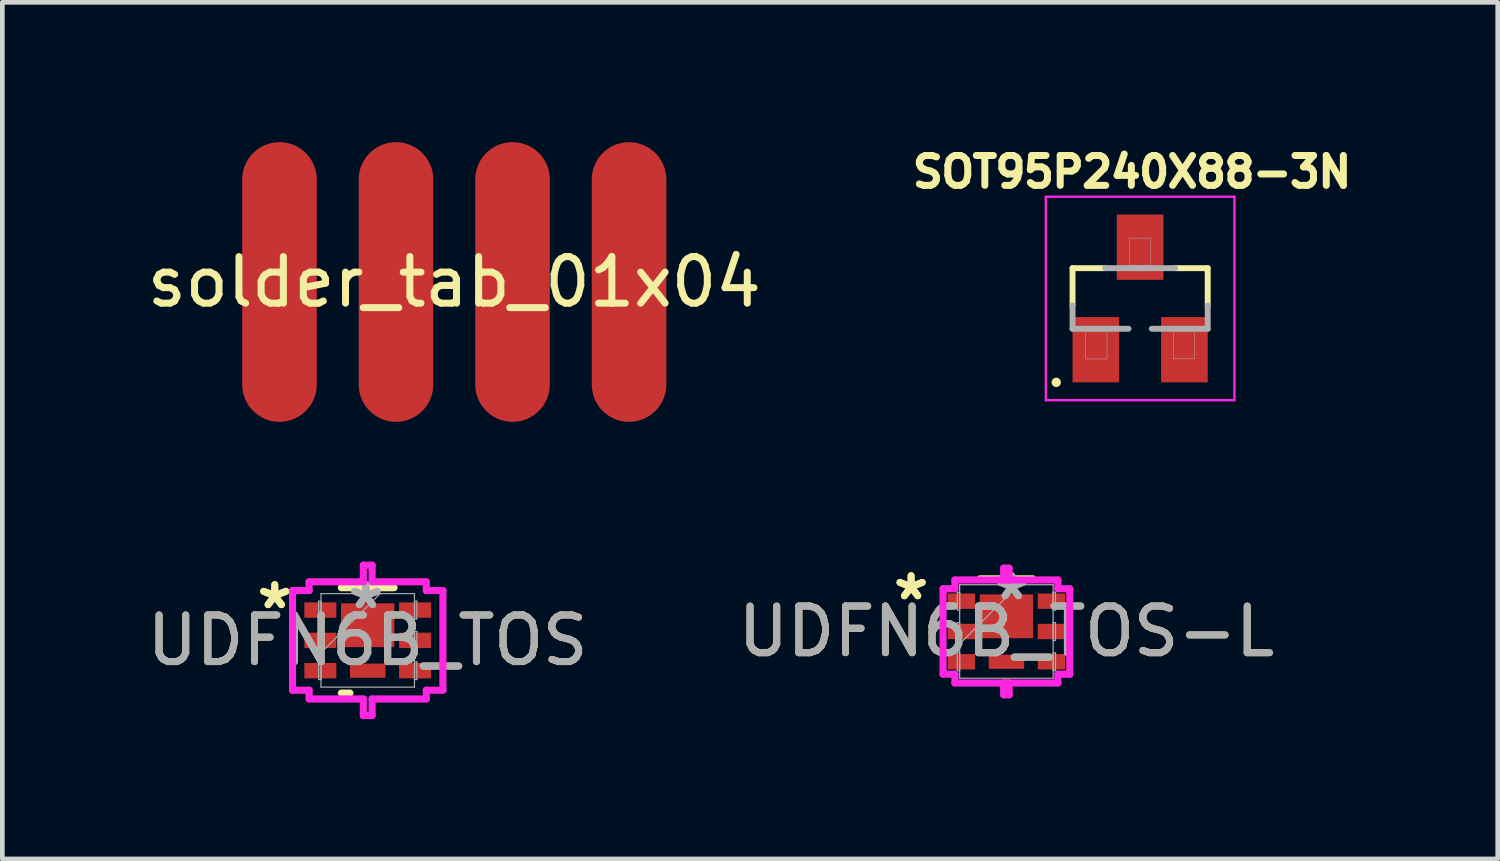
<source format=kicad_pcb>
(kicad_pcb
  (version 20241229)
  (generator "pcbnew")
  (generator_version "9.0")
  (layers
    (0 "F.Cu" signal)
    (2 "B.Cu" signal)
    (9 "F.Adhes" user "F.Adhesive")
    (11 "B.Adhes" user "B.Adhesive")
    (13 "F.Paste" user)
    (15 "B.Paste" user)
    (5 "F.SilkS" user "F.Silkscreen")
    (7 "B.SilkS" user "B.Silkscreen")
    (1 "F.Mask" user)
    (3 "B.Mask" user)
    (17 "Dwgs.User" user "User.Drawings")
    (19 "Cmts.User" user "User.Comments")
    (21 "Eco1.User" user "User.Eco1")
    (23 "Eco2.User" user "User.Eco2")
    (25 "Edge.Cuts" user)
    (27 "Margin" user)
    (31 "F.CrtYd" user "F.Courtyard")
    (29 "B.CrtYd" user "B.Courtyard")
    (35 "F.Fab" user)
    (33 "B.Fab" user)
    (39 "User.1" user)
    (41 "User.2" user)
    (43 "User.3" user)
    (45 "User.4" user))
  (footprint "SOT95P240X88-3N"
    (layer "F.Cu")
    (at 21.411 3.353)
    (property "Reference" "SOT95P240X88-3N" (at -0.173 -2.715 0) (layer "F.SilkS") (effects (font (size 0.641 0.641) (thickness 0.15))))
    (attr smd)
    (fp_line (start -1.45 -0.65) (end -1.45 0.15) (stroke (width 0.127) (type solid)) (layer "F.SilkS"))
    (fp_line (start -1.45 -0.65) (end -0.75 -0.65) (stroke (width 0.127) (type solid)) (layer "F.SilkS"))
    (fp_line (start 1.45 -0.65) (end 0.75 -0.65) (stroke (width 0.127) (type solid)) (layer "F.SilkS"))
    (fp_line (start 1.45 -0.65) (end 1.45 0.15) (stroke (width 0.127) (type solid)) (layer "F.SilkS"))
    (fp_circle (center -1.8 1.8) (end -1.7 1.8) (stroke (width 0) (type solid)) (fill yes) (layer "F.SilkS"))
    (fp_line (start -2.023 -2.183) (end 2.023 -2.183) (stroke (width 0.051) (type solid)) (layer "F.CrtYd"))
    (fp_line (start -2.023 2.183) (end -2.023 -2.183) (stroke (width 0.051) (type solid)) (layer "F.CrtYd"))
    (fp_line (start 2.023 -2.183) (end 2.023 2.183) (stroke (width 0.051) (type solid)) (layer "F.CrtYd"))
    (fp_line (start 2.023 2.183) (end -2.023 2.183) (stroke (width 0.051) (type solid)) (layer "F.CrtYd"))
    (fp_line (start -1.45 0.15) (end -1.45 0.65) (stroke (width 0.127) (type solid)) (layer "F.Fab"))
    (fp_line (start -1.45 0.65) (end -0.25 0.65) (stroke (width 0.127) (type solid)) (layer "F.Fab"))
    (fp_line (start -0.75 -0.65) (end 0.75 -0.65) (stroke (width 0.127) (type solid)) (layer "F.Fab"))
    (fp_line (start 0.25 0.65) (end 1.45 0.65) (stroke (width 0.127) (type solid)) (layer "F.Fab"))
    (fp_line (start 1.45 0.65) (end 1.45 0.15) (stroke (width 0.127) (type solid)) (layer "F.Fab"))
    (fp_poly (pts (xy -1.17 0.711) (xy -0.711 0.711) (xy -0.711 1.298) (xy -1.17 1.298)) (stroke (width 0.01) (type solid)) (fill no) (layer "F.Fab"))
    (fp_poly (pts (xy -0.229 -1.295) (xy 0.229 -1.295) (xy 0.229 -0.712) (xy -0.229 -0.712)) (stroke (width 0.01) (type solid)) (fill no) (layer "F.Fab"))
    (fp_poly (pts (xy 0.711 0.711) (xy 1.168 0.711) (xy 1.168 1.296) (xy 0.711 1.296)) (stroke (width 0.01) (type solid)) (fill no) (layer "F.Fab"))
    (pad "1" smd rect (at -0.95 1.1) (size 1 1.4) (layers "F.Cu" "F.Mask" "F.Paste"))
    (pad "2" smd rect (at 0.95 1.1) (size 1 1.4) (layers "F.Cu" "F.Mask" "F.Paste"))
    (pad "3" smd rect (at 0 -1.1) (size 1 1.4) (layers "F.Cu" "F.Mask" "F.Paste")))
  (footprint "solder_tab_01x04"
    (layer "F.Cu")
    (at 6.696 3)
    (property "Reference" "solder_tab_01x04" (at 0 0 0) (layer "F.SilkS") (effects (font (size 1 1) (thickness 0.15))))
    (attr through_hole)
    (pad "1" connect oval (at 3.75 0) (size 1.6 6) (layers "F.Cu" "F.Mask"))
    (pad "2" connect oval (at 1.25 0) (size 1.6 6) (layers "F.Cu" "F.Mask"))
    (pad "3" connect oval (at -1.25 0) (size 1.6 6) (layers "F.Cu" "F.Mask"))
    (pad "4" connect oval (at -3.75 0) (size 1.6 6) (layers "F.Cu" "F.Mask")))
  (footprint "UDFN6B_TOS"
    (layer "F.Cu")
    (at 4.839 10.689)
    (property "Reference" "UDFN6B_TOS" (at 0 0 0) (unlocked yes) (layer "F.SilkS") (effects (font (size 1 1) (thickness 0.15))))
    (attr smd)
    (fp_poly (pts (xy -0.572 -0.795) (xy 0.572 -0.795) (xy 0.572 0.145) (xy -0.572 0.145)) (stroke (width 0) (type solid)) (fill yes) (layer "F.Cu"))
    (fp_poly (pts (xy -0.381 0.498) (xy 0.381 0.498) (xy 0.381 0.802) (xy -0.381 0.802)) (stroke (width 0) (type solid)) (fill yes) (layer "F.Cu"))
    (fp_poly (pts (xy -0.572 -0.795) (xy 0.572 -0.795) (xy 0.572 0.145) (xy -0.572 0.145)) (stroke (width 0) (type solid)) (fill yes) (layer "F.Mask"))
    (fp_poly (pts (xy -0.381 0.498) (xy 0.381 0.498) (xy 0.381 0.802) (xy -0.381 0.802)) (stroke (width 0) (type solid)) (fill yes) (layer "F.Mask"))
    (fp_line (start -0.566 1.13) (end -0.381 1.13) (stroke (width 0.152) (type solid)) (layer "F.SilkS"))
    (fp_line (start 0.566 -1.13) (end -0.566 -1.13) (stroke (width 0.152) (type solid)) (layer "F.SilkS"))
    (fp_poly (pts (xy -0.572 -0.795) (xy 0.572 -0.795) (xy 0.572 0.145) (xy -0.572 0.145)) (stroke (width 0) (type solid)) (fill yes) (layer "F.Paste"))
    (fp_poly (pts (xy -0.381 0.498) (xy 0.381 0.498) (xy 0.381 0.802) (xy -0.381 0.802)) (stroke (width 0) (type solid)) (fill yes) (layer "F.Paste"))
    (fp_line (start -1.613 -1.069) (end -1.257 -1.069) (stroke (width 0.152) (type solid)) (layer "F.CrtYd"))
    (fp_line (start -1.613 1.069) (end -1.613 -1.069) (stroke (width 0.152) (type solid)) (layer "F.CrtYd"))
    (fp_line (start -1.257 -1.257) (end -0.094 -1.257) (stroke (width 0.152) (type solid)) (layer "F.CrtYd"))
    (fp_line (start -1.257 -1.069) (end -1.257 -1.257) (stroke (width 0.152) (type solid)) (layer "F.CrtYd"))
    (fp_line (start -1.257 1.069) (end -1.613 1.069) (stroke (width 0.152) (type solid)) (layer "F.CrtYd"))
    (fp_line (start -1.257 1.257) (end -1.257 1.069) (stroke (width 0.152) (type solid)) (layer "F.CrtYd"))
    (fp_line (start -0.094 -1.613) (end 0.094 -1.613) (stroke (width 0.152) (type solid)) (layer "F.CrtYd"))
    (fp_line (start -0.094 -1.257) (end -0.094 -1.613) (stroke (width 0.152) (type solid)) (layer "F.CrtYd"))
    (fp_line (start -0.094 1.257) (end -1.257 1.257) (stroke (width 0.152) (type solid)) (layer "F.CrtYd"))
    (fp_line (start -0.094 1.613) (end -0.094 1.257) (stroke (width 0.152) (type solid)) (layer "F.CrtYd"))
    (fp_line (start 0.094 -1.613) (end 0.094 -1.257) (stroke (width 0.152) (type solid)) (layer "F.CrtYd"))
    (fp_line (start 0.094 -1.257) (end 1.257 -1.257) (stroke (width 0.152) (type solid)) (layer "F.CrtYd"))
    (fp_line (start 0.094 1.257) (end 0.094 1.613) (stroke (width 0.152) (type solid)) (layer "F.CrtYd"))
    (fp_line (start 0.094 1.613) (end -0.094 1.613) (stroke (width 0.152) (type solid)) (layer "F.CrtYd"))
    (fp_line (start 1.257 -1.257) (end 1.257 -1.069) (stroke (width 0.152) (type solid)) (layer "F.CrtYd"))
    (fp_line (start 1.257 -1.069) (end 1.613 -1.069) (stroke (width 0.152) (type solid)) (layer "F.CrtYd"))
    (fp_line (start 1.257 1.069) (end 1.257 1.257) (stroke (width 0.152) (type solid)) (layer "F.CrtYd"))
    (fp_line (start 1.257 1.257) (end 0.094 1.257) (stroke (width 0.152) (type solid)) (layer "F.CrtYd"))
    (fp_line (start 1.613 -1.069) (end 1.613 1.069) (stroke (width 0.152) (type solid)) (layer "F.CrtYd"))
    (fp_line (start 1.613 1.069) (end 1.257 1.069) (stroke (width 0.152) (type solid)) (layer "F.CrtYd"))
    (fp_line (start -1.054 -0.841) (end -1.054 -0.46) (stroke (width 0.025) (type solid)) (layer "F.Fab"))
    (fp_line (start -1.054 -0.46) (end -1.003 -0.46) (stroke (width 0.025) (type solid)) (layer "F.Fab"))
    (fp_line (start -1.054 -0.191) (end -1.054 0.191) (stroke (width 0.025) (type solid)) (layer "F.Fab"))
    (fp_line (start -1.054 0.191) (end -1.003 0.191) (stroke (width 0.025) (type solid)) (layer "F.Fab"))
    (fp_line (start -1.054 0.46) (end -1.054 0.841) (stroke (width 0.025) (type solid)) (layer "F.Fab"))
    (fp_line (start -1.054 0.841) (end -1.003 0.841) (stroke (width 0.025) (type solid)) (layer "F.Fab"))
    (fp_line (start -1.003 -1.003) (end -1.003 1.003) (stroke (width 0.025) (type solid)) (layer "F.Fab"))
    (fp_line (start -1.003 -0.841) (end -1.054 -0.841) (stroke (width 0.025) (type solid)) (layer "F.Fab"))
    (fp_line (start -1.003 -0.46) (end -1.003 -0.841) (stroke (width 0.025) (type solid)) (layer "F.Fab"))
    (fp_line (start -1.003 -0.191) (end -1.054 -0.191) (stroke (width 0.025) (type solid)) (layer "F.Fab"))
    (fp_line (start -1.003 0.191) (end -1.003 -0.191) (stroke (width 0.025) (type solid)) (layer "F.Fab"))
    (fp_line (start -1.003 0.267) (end 0.267 -1.003) (stroke (width 0.025) (type solid)) (layer "F.Fab"))
    (fp_line (start -1.003 0.46) (end -1.054 0.46) (stroke (width 0.025) (type solid)) (layer "F.Fab"))
    (fp_line (start -1.003 0.841) (end -1.003 0.46) (stroke (width 0.025) (type solid)) (layer "F.Fab"))
    (fp_line (start -1.003 1.003) (end 1.003 1.003) (stroke (width 0.025) (type solid)) (layer "F.Fab"))
    (fp_line (start 1.003 -1.003) (end -1.003 -1.003) (stroke (width 0.025) (type solid)) (layer "F.Fab"))
    (fp_line (start 1.003 -0.841) (end 1.003 -0.46) (stroke (width 0.025) (type solid)) (layer "F.Fab"))
    (fp_line (start 1.003 -0.46) (end 1.054 -0.46) (stroke (width 0.025) (type solid)) (layer "F.Fab"))
    (fp_line (start 1.003 -0.191) (end 1.003 0.191) (stroke (width 0.025) (type solid)) (layer "F.Fab"))
    (fp_line (start 1.003 0.191) (end 1.054 0.191) (stroke (width 0.025) (type solid)) (layer "F.Fab"))
    (fp_line (start 1.003 0.46) (end 1.003 0.841) (stroke (width 0.025) (type solid)) (layer "F.Fab"))
    (fp_line (start 1.003 0.841) (end 1.054 0.841) (stroke (width 0.025) (type solid)) (layer "F.Fab"))
    (fp_line (start 1.003 1.003) (end 1.003 -1.003) (stroke (width 0.025) (type solid)) (layer "F.Fab"))
    (fp_line (start 1.054 -0.841) (end 1.003 -0.841) (stroke (width 0.025) (type solid)) (layer "F.Fab"))
    (fp_line (start 1.054 -0.46) (end 1.054 -0.841) (stroke (width 0.025) (type solid)) (layer "F.Fab"))
    (fp_line (start 1.054 -0.191) (end 1.003 -0.191) (stroke (width 0.025) (type solid)) (layer "F.Fab"))
    (fp_line (start 1.054 0.191) (end 1.054 -0.191) (stroke (width 0.025) (type solid)) (layer "F.Fab"))
    (fp_line (start 1.054 0.46) (end 1.003 0.46) (stroke (width 0.025) (type solid)) (layer "F.Fab"))
    (fp_line (start 1.054 0.841) (end 1.054 0.46) (stroke (width 0.025) (type solid)) (layer "F.Fab"))
    (fp_text user "*" (at -1.994 -0.65 0) (layer "F.SilkS") (effects (font (size 1 1) (thickness 0.15))))
    (fp_text user "*" (at -1.994 -0.65 0) (unlocked yes) (layer "F.SilkS") (effects (font (size 1 1) (thickness 0.15))))
    (fp_text user "*" (at -0.038 -0.65 0) (unlocked yes) (layer "F.Fab") (effects (font (size 1 1) (thickness 0.15))))
    (fp_text user "*" (at -0.038 -0.65 0) (layer "F.Fab") (effects (font (size 1 1) (thickness 0.15))))
    (fp_text user "${REFERENCE}" (at 0 0 0) (unlocked yes) (layer "F.Fab") (effects (font (size 1 1) (thickness 0.15))))
    (pad "1" smd rect (at -1.016 -0.65 90) (size 0.33 0.686) (layers "F.Cu" "F.Mask" "F.Paste"))
    (pad "2" smd rect (at -1.016 0 90) (size 0.33 0.686) (layers "F.Cu" "F.Mask" "F.Paste"))
    (pad "3" smd rect (at -1.016 0.65 90) (size 0.33 0.686) (layers "F.Cu" "F.Mask" "F.Paste"))
    (pad "4" smd rect (at 1.016 0.65 90) (size 0.33 0.686) (layers "F.Cu" "F.Mask" "F.Paste"))
    (pad "5" smd rect (at 1.016 0 90) (size 0.33 0.686) (layers "F.Cu" "F.Mask" "F.Paste"))
    (pad "6" smd rect (at 1.016 -0.65 90) (size 0.33 0.686) (layers "F.Cu" "F.Mask" "F.Paste")))
  (footprint "UDFN6B_TOS-L"
    (layer "F.Cu")
    (at 18.542 10.498)
    (property "Reference" "UDFN6B_TOS-L" (at 0 0 0) (unlocked yes) (layer "F.SilkS") (effects (font (size 1 1) (thickness 0.15))))
    (attr smd)
    (fp_poly (pts (xy -0.572 -0.795) (xy 0.572 -0.795) (xy 0.572 0.145) (xy -0.572 0.145)) (stroke (width 0) (type solid)) (fill yes) (layer "F.Cu"))
    (fp_poly (pts (xy -0.381 0.498) (xy 0.381 0.498) (xy 0.381 0.802) (xy -0.381 0.802)) (stroke (width 0) (type solid)) (fill yes) (layer "F.Cu"))
    (fp_poly (pts (xy -0.572 -0.795) (xy 0.572 -0.795) (xy 0.572 0.145) (xy -0.572 0.145)) (stroke (width 0) (type solid)) (fill yes) (layer "F.Mask"))
    (fp_poly (pts (xy -0.381 0.498) (xy 0.381 0.498) (xy 0.381 0.802) (xy -0.381 0.802)) (stroke (width 0) (type solid)) (fill yes) (layer "F.Mask"))
    (fp_line (start 0.566 -1.13) (end -0.566 -1.13) (stroke (width 0.152) (type solid)) (layer "F.SilkS"))
    (fp_poly (pts (xy -0.572 -0.795) (xy 0.572 -0.795) (xy 0.572 0.145) (xy -0.572 0.145)) (stroke (width 0) (type solid)) (fill yes) (layer "F.Paste"))
    (fp_poly (pts (xy -0.381 0.498) (xy 0.381 0.498) (xy 0.381 0.802) (xy -0.381 0.802)) (stroke (width 0) (type solid)) (fill yes) (layer "F.Paste"))
    (fp_line (start -1.359 -0.917) (end -1.105 -0.917) (stroke (width 0.152) (type solid)) (layer "F.CrtYd"))
    (fp_line (start -1.359 0.917) (end -1.359 -0.917) (stroke (width 0.152) (type solid)) (layer "F.CrtYd"))
    (fp_line (start -1.105 -1.105) (end 0.058 -1.105) (stroke (width 0.152) (type solid)) (layer "F.CrtYd"))
    (fp_line (start -1.105 -0.917) (end -1.105 -1.105) (stroke (width 0.152) (type solid)) (layer "F.CrtYd"))
    (fp_line (start -1.105 0.917) (end -1.359 0.917) (stroke (width 0.152) (type solid)) (layer "F.CrtYd"))
    (fp_line (start -1.105 1.105) (end -1.105 0.917) (stroke (width 0.152) (type solid)) (layer "F.CrtYd"))
    (fp_line (start -0.058 -1.359) (end -0.058 -1.105) (stroke (width 0.152) (type solid)) (layer "F.CrtYd"))
    (fp_line (start -0.058 -1.105) (end 1.105 -1.105) (stroke (width 0.152) (type solid)) (layer "F.CrtYd"))
    (fp_line (start -0.058 1.105) (end -0.058 1.359) (stroke (width 0.152) (type solid)) (layer "F.CrtYd"))
    (fp_line (start -0.058 1.359) (end 0.058 1.359) (stroke (width 0.152) (type solid)) (layer "F.CrtYd"))
    (fp_line (start 0.058 -1.359) (end -0.058 -1.359) (stroke (width 0.152) (type solid)) (layer "F.CrtYd"))
    (fp_line (start 0.058 -1.105) (end 0.058 -1.359) (stroke (width 0.152) (type solid)) (layer "F.CrtYd"))
    (fp_line (start 0.058 1.105) (end -1.105 1.105) (stroke (width 0.152) (type solid)) (layer "F.CrtYd"))
    (fp_line (start 0.058 1.359) (end 0.058 1.105) (stroke (width 0.152) (type solid)) (layer "F.CrtYd"))
    (fp_line (start 1.105 -1.105) (end 1.105 -0.917) (stroke (width 0.152) (type solid)) (layer "F.CrtYd"))
    (fp_line (start 1.105 -0.917) (end 1.359 -0.917) (stroke (width 0.152) (type solid)) (layer "F.CrtYd"))
    (fp_line (start 1.105 0.917) (end 1.105 1.105) (stroke (width 0.152) (type solid)) (layer "F.CrtYd"))
    (fp_line (start 1.105 1.105) (end -0.058 1.105) (stroke (width 0.152) (type solid)) (layer "F.CrtYd"))
    (fp_line (start 1.359 -0.917) (end 1.359 0.917) (stroke (width 0.152) (type solid)) (layer "F.CrtYd"))
    (fp_line (start 1.359 0.917) (end 1.105 0.917) (stroke (width 0.152) (type solid)) (layer "F.CrtYd"))
    (fp_line (start -1.054 -0.841) (end -1.054 -0.46) (stroke (width 0.025) (type solid)) (layer "F.Fab"))
    (fp_line (start -1.054 -0.46) (end -1.003 -0.46) (stroke (width 0.025) (type solid)) (layer "F.Fab"))
    (fp_line (start -1.054 -0.191) (end -1.054 0.191) (stroke (width 0.025) (type solid)) (layer "F.Fab"))
    (fp_line (start -1.054 0.191) (end -1.003 0.191) (stroke (width 0.025) (type solid)) (layer "F.Fab"))
    (fp_line (start -1.054 0.46) (end -1.054 0.841) (stroke (width 0.025) (type solid)) (layer "F.Fab"))
    (fp_line (start -1.054 0.841) (end -1.003 0.841) (stroke (width 0.025) (type solid)) (layer "F.Fab"))
    (fp_line (start -1.003 -1.003) (end -1.003 1.003) (stroke (width 0.025) (type solid)) (layer "F.Fab"))
    (fp_line (start -1.003 -0.841) (end -1.054 -0.841) (stroke (width 0.025) (type solid)) (layer "F.Fab"))
    (fp_line (start -1.003 -0.46) (end -1.003 -0.841) (stroke (width 0.025) (type solid)) (layer "F.Fab"))
    (fp_line (start -1.003 -0.191) (end -1.054 -0.191) (stroke (width 0.025) (type solid)) (layer "F.Fab"))
    (fp_line (start -1.003 0.191) (end -1.003 -0.191) (stroke (width 0.025) (type solid)) (layer "F.Fab"))
    (fp_line (start -1.003 0.267) (end 0.267 -1.003) (stroke (width 0.025) (type solid)) (layer "F.Fab"))
    (fp_line (start -1.003 0.46) (end -1.054 0.46) (stroke (width 0.025) (type solid)) (layer "F.Fab"))
    (fp_line (start -1.003 0.841) (end -1.003 0.46) (stroke (width 0.025) (type solid)) (layer "F.Fab"))
    (fp_line (start -1.003 1.003) (end 1.003 1.003) (stroke (width 0.025) (type solid)) (layer "F.Fab"))
    (fp_line (start 1.003 -1.003) (end -1.003 -1.003) (stroke (width 0.025) (type solid)) (layer "F.Fab"))
    (fp_line (start 1.003 -0.841) (end 1.003 -0.46) (stroke (width 0.025) (type solid)) (layer "F.Fab"))
    (fp_line (start 1.003 -0.46) (end 1.054 -0.46) (stroke (width 0.025) (type solid)) (layer "F.Fab"))
    (fp_line (start 1.003 -0.191) (end 1.003 0.191) (stroke (width 0.025) (type solid)) (layer "F.Fab"))
    (fp_line (start 1.003 0.191) (end 1.054 0.191) (stroke (width 0.025) (type solid)) (layer "F.Fab"))
    (fp_line (start 1.003 0.46) (end 1.003 0.841) (stroke (width 0.025) (type solid)) (layer "F.Fab"))
    (fp_line (start 1.003 0.841) (end 1.054 0.841) (stroke (width 0.025) (type solid)) (layer "F.Fab"))
    (fp_line (start 1.003 1.003) (end 1.003 -1.003) (stroke (width 0.025) (type solid)) (layer "F.Fab"))
    (fp_line (start 1.054 -0.841) (end 1.003 -0.841) (stroke (width 0.025) (type solid)) (layer "F.Fab"))
    (fp_line (start 1.054 -0.46) (end 1.054 -0.841) (stroke (width 0.025) (type solid)) (layer "F.Fab"))
    (fp_line (start 1.054 -0.191) (end 1.003 -0.191) (stroke (width 0.025) (type solid)) (layer "F.Fab"))
    (fp_line (start 1.054 0.191) (end 1.054 -0.191) (stroke (width 0.025) (type solid)) (layer "F.Fab"))
    (fp_line (start 1.054 0.46) (end 1.003 0.46) (stroke (width 0.025) (type solid)) (layer "F.Fab"))
    (fp_line (start 1.054 0.841) (end 1.054 0.46) (stroke (width 0.025) (type solid)) (layer "F.Fab"))
    (fp_text user "*" (at -2.045 -0.65 0) (layer "F.SilkS") (effects (font (size 1 1) (thickness 0.15))))
    (fp_text user "*" (at -2.045 -0.65 0) (unlocked yes) (layer "F.SilkS") (effects (font (size 1 1) (thickness 0.15))))
    (fp_text user "*" (at 0.114 -0.65 0) (unlocked yes) (layer "F.Fab") (effects (font (size 1 1) (thickness 0.15))))
    (fp_text user "${REFERENCE}" (at 0 0 0) (unlocked yes) (layer "F.Fab") (effects (font (size 1 1) (thickness 0.15))))
    (fp_text user "*" (at 0.114 -0.65 0) (layer "F.Fab") (effects (font (size 1 1) (thickness 0.15))))
    (pad "1" smd rect (at -0.965 -0.65 90) (size 0.33 0.584) (layers "F.Cu" "F.Mask" "F.Paste"))
    (pad "2" smd rect (at -0.965 0 90) (size 0.33 0.584) (layers "F.Cu" "F.Mask" "F.Paste"))
    (pad "3" smd rect (at -0.965 0.65 90) (size 0.33 0.584) (layers "F.Cu" "F.Mask" "F.Paste"))
    (pad "4" smd rect (at 0.965 0.65 90) (size 0.33 0.584) (layers "F.Cu" "F.Mask" "F.Paste"))
    (pad "5" smd rect (at 0.965 0 90) (size 0.33 0.584) (layers "F.Cu" "F.Mask" "F.Paste"))
    (pad "6" smd rect (at 0.965 -0.65 90) (size 0.33 0.584) (layers "F.Cu" "F.Mask" "F.Paste")))
  (gr_rect
    (start -3 -3)
    (end 29.083 15.378)
    (stroke (width 0.1) (type default))
    (fill no)
    (layer "Edge.Cuts")))
</source>
